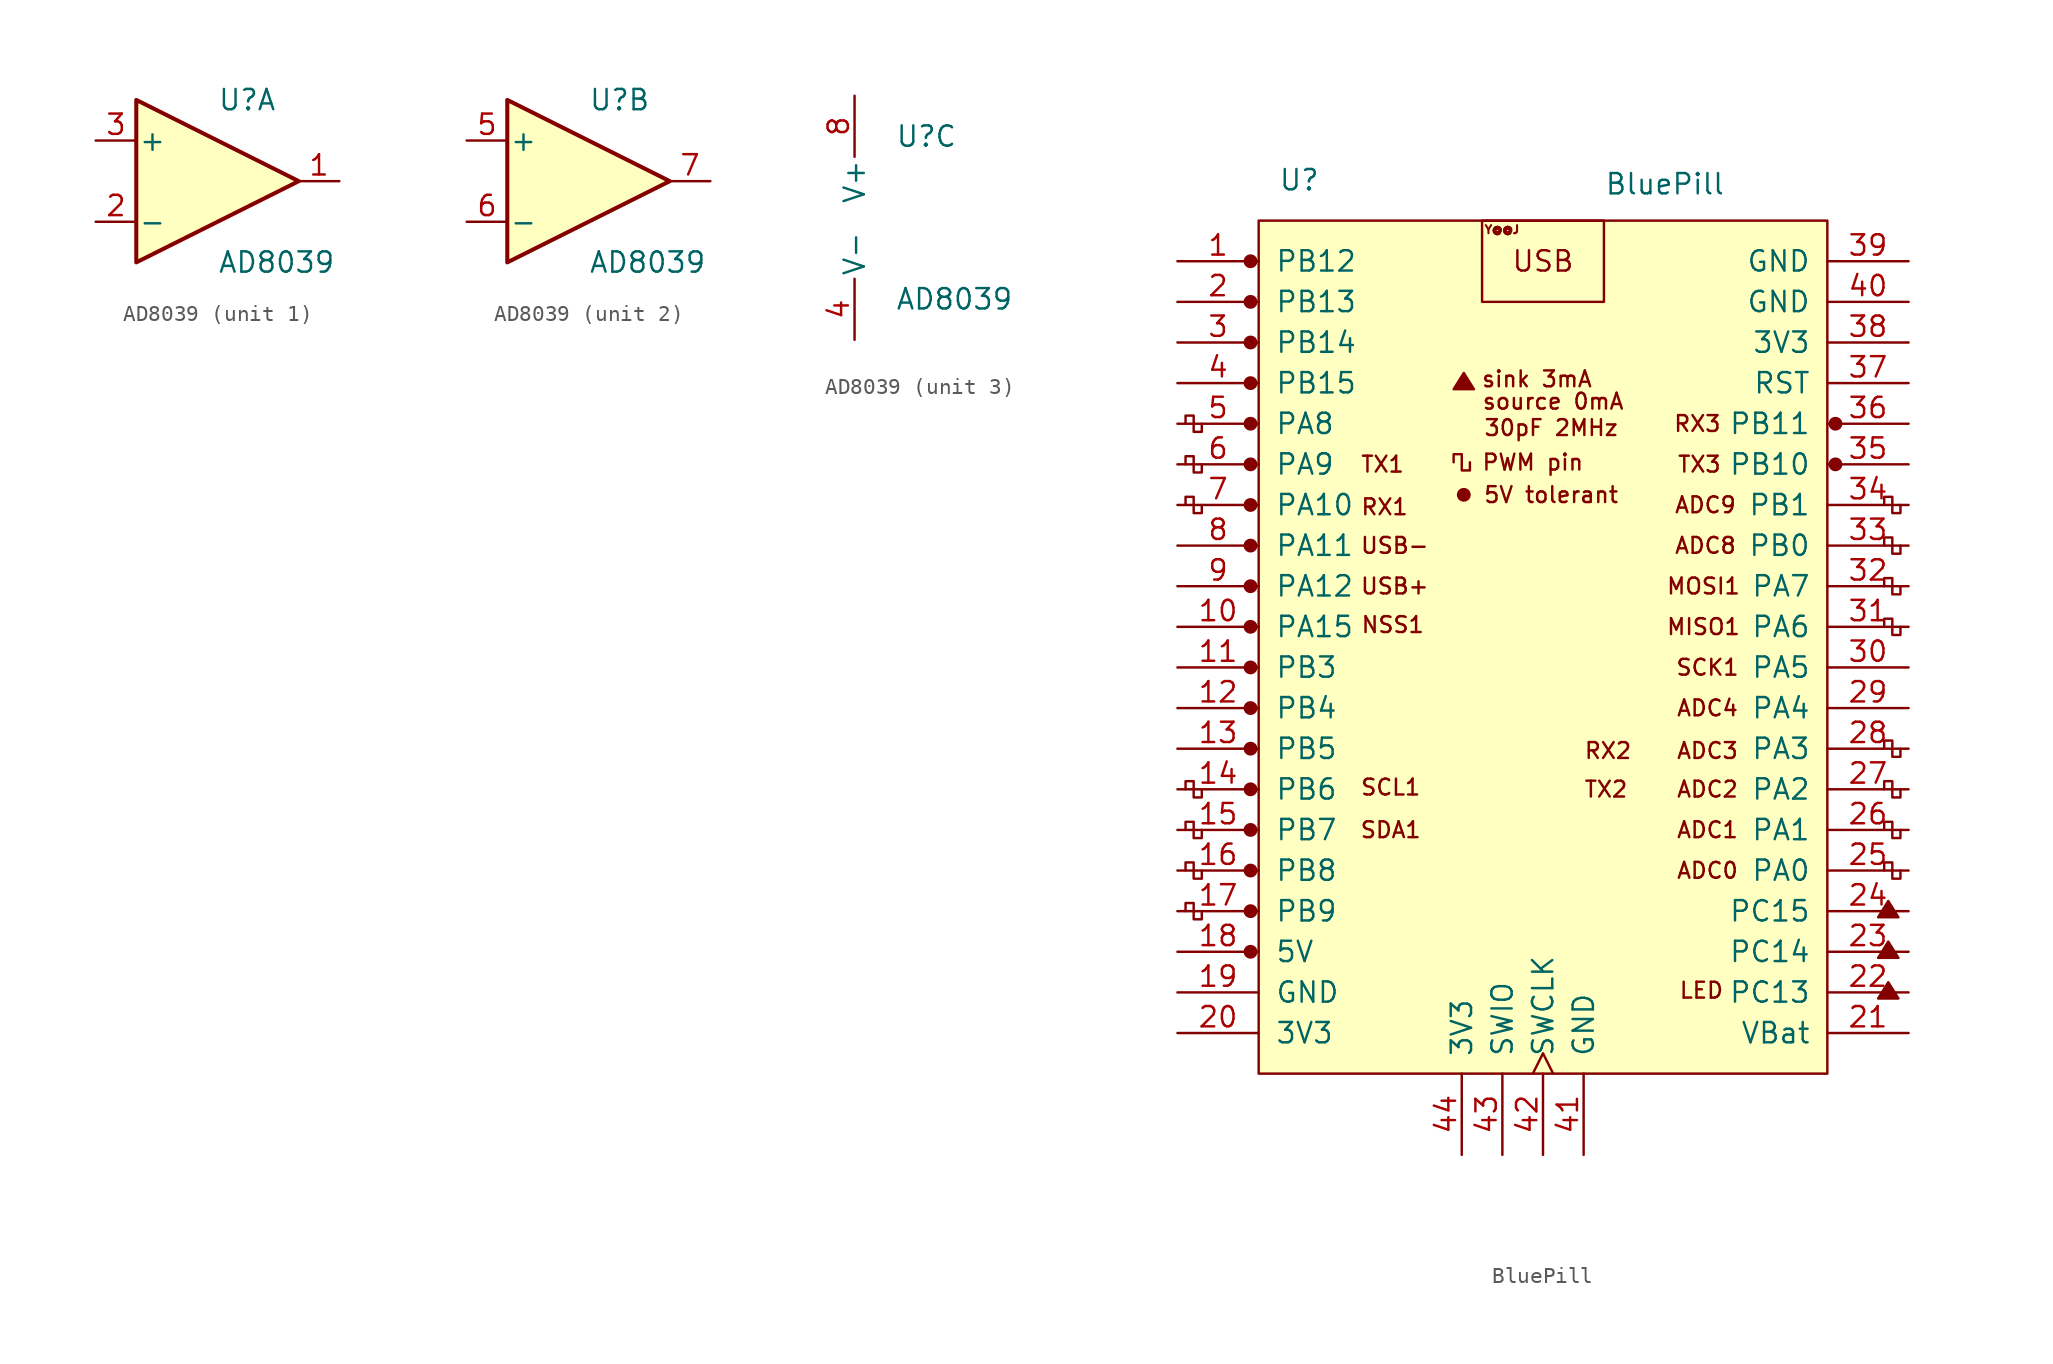
<source format=kicad_sym>
(kicad_symbol_lib
  (version 20231120)
  (generator "kicad_symbol_editor")
  (generator_version "8.0")
  (symbol "AD8039"
    (pin_names
      (offset 0.127))
    (property "Reference" "U"
      (at 0 5.08 0)
      (effects (font (size 1.27 1.27)) (justify left)))
    (property "Value" "AD8039"
      (at 0 -5.08 0)
      (effects (font (size 1.27 1.27)) (justify left)))
    (property "ki_locked" ""
      (at 0 0 0)
      (effects (font (size 1.27 1.27))))
    (symbol "AD8039_1_1"
      (polyline (pts (xy -5.08 5.08) (xy 5.08 0) (xy -5.08 -5.08) (xy -5.08 5.08)) (stroke (width 0.254) (type default)) (fill (type background)))
      (pin output line (at 7.62 0 180) (length 2.54) (name "~" (effects (font (size 1.27 1.27)))) (number "1" (effects (font (size 1.27 1.27)))))
      (pin input line (at -7.62 -2.54 0) (length 2.54) (name "-" (effects (font (size 1.27 1.27)))) (number "2" (effects (font (size 1.27 1.27)))))
      (pin input line (at -7.62 2.54 0) (length 2.54) (name "+" (effects (font (size 1.27 1.27)))) (number "3" (effects (font (size 1.27 1.27))))))
    (symbol "AD8039_2_1"
      (polyline (pts (xy -5.08 5.08) (xy 5.08 0) (xy -5.08 -5.08) (xy -5.08 5.08)) (stroke (width 0.254) (type default)) (fill (type background)))
      (pin input line (at -7.62 2.54 0) (length 2.54) (name "+" (effects (font (size 1.27 1.27)))) (number "5" (effects (font (size 1.27 1.27)))))
      (pin input line (at -7.62 -2.54 0) (length 2.54) (name "-" (effects (font (size 1.27 1.27)))) (number "6" (effects (font (size 1.27 1.27)))))
      (pin output line (at 7.62 0 180) (length 2.54) (name "~" (effects (font (size 1.27 1.27)))) (number "7" (effects (font (size 1.27 1.27))))))
    (symbol "AD8039_3_1"
      (pin power_in line (at -2.54 -7.62 90) (length 3.81) (name "V-" (effects (font (size 1.27 1.27)))) (number "4" (effects (font (size 1.27 1.27)))))
      (pin power_in line (at -2.54 7.62 270) (length 3.81) (name "V+" (effects (font (size 1.27 1.27)))) (number "8" (effects (font (size 1.27 1.27)))))))
  (symbol "BluePill"
    (pin_names
      (offset 1.016))
    (property "Reference" "U"
      (at -15.24 27.94 0)
      (effects (font (size 1.27 1.27))))
    (property "Value" "BluePill"
      (at 7.62 27.686 0)
      (effects (font (size 1.27 1.27))))
    (symbol "BluePill_0_0"
      (circle (center -18.288 -20.32) (radius 0.356) (stroke (width 0) (type solid)) (fill (type outline)))
      (circle (center -18.288 -17.78) (radius 0.356) (stroke (width 0) (type solid)) (fill (type outline)))
      (circle (center -18.288 -15.24) (radius 0.356) (stroke (width 0) (type solid)) (fill (type outline)))
      (circle (center -18.288 -12.7) (radius 0.356) (stroke (width 0) (type solid)) (fill (type outline)))
      (circle (center -18.288 -10.16) (radius 0.356) (stroke (width 0) (type solid)) (fill (type outline)))
      (circle (center -18.288 -7.62) (radius 0.356) (stroke (width 0) (type solid)) (fill (type outline)))
      (circle (center -18.288 -5.08) (radius 0.356) (stroke (width 0) (type solid)) (fill (type outline)))
      (circle (center -18.288 -2.54) (radius 0.356) (stroke (width 0) (type solid)) (fill (type outline)))
      (circle (center -18.288 0) (radius 0.356) (stroke (width 0) (type solid)) (fill (type outline)))
      (circle (center -18.288 2.54) (radius 0.356) (stroke (width 0) (type solid)) (fill (type outline)))
      (circle (center -18.288 5.08) (radius 0.356) (stroke (width 0) (type solid)) (fill (type outline)))
      (circle (center -18.288 7.62) (radius 0.356) (stroke (width 0) (type solid)) (fill (type outline)))
      (circle (center -18.288 10.16) (radius 0.356) (stroke (width 0) (type solid)) (fill (type outline)))
      (circle (center -18.288 12.7) (radius 0.356) (stroke (width 0) (type solid)) (fill (type outline)))
      (circle (center -18.288 15.24) (radius 0.356) (stroke (width 0) (type solid)) (fill (type outline)))
      (circle (center -18.288 17.78) (radius 0.356) (stroke (width 0) (type solid)) (fill (type outline)))
      (circle (center -18.288 22.86) (radius 0.356) (stroke (width 0) (type solid)) (fill (type outline)))
      (circle (center -4.953 8.255) (radius 0.127) (stroke (width 0) (type solid)) (fill (type outline)))
      (circle (center -4.953 8.255) (radius 0.254) (stroke (width 0) (type solid)) (fill (type none)))
      (circle (center -4.953 8.255) (radius 0.356) (stroke (width 0) (type solid)) (fill (type none)))
      (polyline (pts (xy -5.588 14.859) (xy -4.953 15.875) (xy -4.318 14.859) (xy -5.588 14.859) (xy -4.953 15.748) (xy -4.445 14.859) (xy -5.461 14.986) (xy -4.953 15.621) (xy -4.572 14.859) (xy -5.334 15.113) (xy -4.826 15.494) (xy -4.699 14.859) (xy -5.207 15.24) (xy -4.699 15.367) (xy -4.826 14.986) (xy -5.08 15.24) (xy -4.826 15.113) (xy -4.953 15.367)) (stroke (width 0) (type solid)) (fill (type none)))
      (polyline (pts (xy 20.955 -23.241) (xy 21.59 -22.225) (xy 22.225 -23.241) (xy 20.955 -23.241) (xy 21.59 -22.352) (xy 22.098 -23.241) (xy 21.082 -23.114) (xy 21.59 -22.479) (xy 21.971 -23.241) (xy 21.209 -22.987) (xy 21.717 -22.606) (xy 21.844 -23.241) (xy 21.336 -22.86) (xy 21.844 -22.733) (xy 21.717 -23.114) (xy 21.463 -22.86) (xy 21.717 -22.987) (xy 21.59 -22.733)) (stroke (width 0) (type solid)) (fill (type none)))
      (polyline (pts (xy 20.955 -20.701) (xy 21.59 -19.685) (xy 22.225 -20.701) (xy 20.955 -20.701) (xy 21.59 -19.812) (xy 22.098 -20.701) (xy 21.082 -20.574) (xy 21.59 -19.939) (xy 21.971 -20.701) (xy 21.209 -20.447) (xy 21.717 -20.066) (xy 21.844 -20.701) (xy 21.336 -20.32) (xy 21.844 -20.193) (xy 21.717 -20.574) (xy 21.463 -20.32) (xy 21.717 -20.447) (xy 21.59 -20.193)) (stroke (width 0) (type solid)) (fill (type none)))
      (polyline (pts (xy 20.955 -18.161) (xy 21.59 -17.145) (xy 22.225 -18.161) (xy 20.955 -18.161) (xy 21.59 -17.272) (xy 22.098 -18.161) (xy 21.082 -18.034) (xy 21.59 -17.399) (xy 21.971 -18.161) (xy 21.209 -17.907) (xy 21.717 -17.526) (xy 21.844 -18.161) (xy 21.336 -17.78) (xy 21.844 -17.653) (xy 21.717 -18.034) (xy 21.463 -17.78) (xy 21.717 -17.907) (xy 21.59 -17.653)) (stroke (width 0) (type solid)) (fill (type none)))
      (circle (center 18.288 10.16) (radius 0.254) (stroke (width 0) (type solid)) (fill (type outline)))
      (circle (center 18.288 10.16) (radius 0.356) (stroke (width 0) (type solid)) (fill (type none)))
      (circle (center 18.288 12.7) (radius 0.254) (stroke (width 0) (type solid)) (fill (type outline)))
      (circle (center 18.288 12.7) (radius 0.356) (stroke (width 0) (type solid)) (fill (type none)))
      (text "30pF 2MHz" (at 0.508 12.446 0) (effects (font (size 0.991 0.991))))
      (text "5V tolerant" (at 0.508 8.255 0) (effects (font (size 0.991 0.991))))
      (text "ADC0" (at 10.287 -15.24 0) (effects (font (size 0.991 0.991))))
      (text "ADC1" (at 10.287 -12.7 0) (effects (font (size 0.991 0.991))))
      (text "ADC2" (at 10.287 -10.16 0) (effects (font (size 0.991 0.991))))
      (text "ADC3" (at 10.287 -7.747 0) (effects (font (size 0.991 0.991))))
      (text "ADC4" (at 10.287 -5.08 0) (effects (font (size 0.991 0.991))))
      (text "ADC8" (at 10.16 5.08 0) (effects (font (size 0.991 0.991))))
      (text "ADC9" (at 10.16 7.62 0) (effects (font (size 0.991 0.991))))
      (text "LED" (at 9.906 -22.733 0) (effects (font (size 0.991 0.991))))
      (text "MISO1" (at 10.033 0 0) (effects (font (size 0.991 0.991))))
      (text "MOSI1" (at 10.033 2.54 0) (effects (font (size 0.991 0.991))))
      (text "NSS1" (at -9.398 0.127 0) (effects (font (size 0.991 0.991))))
      (text "PWM pin" (at -0.635 10.287 0) (effects (font (size 0.991 0.991))))
      (text "RX1" (at -9.906 7.493 0) (effects (font (size 0.991 0.991))))
      (text "RX2" (at 4.064 -7.747 0) (effects (font (size 0.991 0.991))))
      (text "RX3" (at 9.652 12.7 0) (effects (font (size 0.991 0.991))))
      (text "SCK1" (at 10.287 -2.54 0) (effects (font (size 0.991 0.991))))
      (text "SCL1" (at -9.525 -10.033 0) (effects (font (size 0.991 0.991))))
      (text "SDA1" (at -9.525 -12.7 0) (effects (font (size 0.991 0.991))))
      (text "sink 3mA" (at -0.381 15.494 0) (effects (font (size 0.991 0.991))))
      (text "source 0mA" (at 0.635 14.097 0) (effects (font (size 0.991 0.991))))
      (text "TX1" (at -10.033 10.16 0) (effects (font (size 0.991 0.991))))
      (text "TX2" (at 3.937 -10.16 0) (effects (font (size 0.991 0.991))))
      (text "TX3" (at 9.779 10.16 0) (effects (font (size 0.991 0.991))))
      (text "USB" (at 0 22.86 0) (effects (font (size 1.27 1.27))))
      (text "USB+" (at -9.271 2.54 0) (effects (font (size 0.991 0.991))))
      (text "USB-" (at -9.271 5.08 0) (effects (font (size 0.991 0.991))))
      (text "Y@@J" (at -2.565 24.841 0) (effects (font (size 0.508 0.508)))))
    (symbol "BluePill_0_1"
      (rectangle (start -17.78 25.4) (end 17.78 -27.94) (stroke (width 0) (type solid)) (fill (type background)))
      (polyline (pts (xy -21.336 -17.78) (xy -21.336 -18.288) (xy -21.844 -18.288) (xy -21.844 -17.272) (xy -22.352 -17.272) (xy -22.352 -17.78)) (stroke (width 0) (type solid)) (fill (type none)))
      (polyline (pts (xy -21.336 -15.24) (xy -21.336 -15.748) (xy -21.844 -15.748) (xy -21.844 -14.732) (xy -22.352 -14.732) (xy -22.352 -15.24)) (stroke (width 0) (type solid)) (fill (type none)))
      (polyline (pts (xy -21.336 -12.7) (xy -21.336 -13.208) (xy -21.844 -13.208) (xy -21.844 -12.192) (xy -22.352 -12.192) (xy -22.352 -12.7)) (stroke (width 0) (type solid)) (fill (type none)))
      (polyline (pts (xy -21.336 -10.16) (xy -21.336 -10.668) (xy -21.844 -10.668) (xy -21.844 -9.652) (xy -22.352 -9.652) (xy -22.352 -10.16)) (stroke (width 0) (type solid)) (fill (type none)))
      (polyline (pts (xy -21.336 7.62) (xy -21.336 7.112) (xy -21.844 7.112) (xy -21.844 8.128) (xy -22.352 8.128) (xy -22.352 7.62)) (stroke (width 0) (type solid)) (fill (type none)))
      (polyline (pts (xy -21.336 10.16) (xy -21.336 9.652) (xy -21.844 9.652) (xy -21.844 10.668) (xy -22.352 10.668) (xy -22.352 10.16)) (stroke (width 0) (type solid)) (fill (type none)))
      (polyline (pts (xy -21.336 12.7) (xy -21.336 12.192) (xy -21.844 12.192) (xy -21.844 13.208) (xy -22.352 13.208) (xy -22.352 12.7)) (stroke (width 0) (type solid)) (fill (type none)))
      (polyline (pts (xy -4.572 10.287) (xy -4.572 9.779) (xy -5.08 9.779) (xy -5.08 10.795) (xy -5.588 10.795) (xy -5.588 10.287)) (stroke (width 0) (type solid)) (fill (type none)))
      (polyline (pts (xy 22.352 -15.24) (xy 22.352 -15.748) (xy 21.844 -15.748) (xy 21.844 -14.732) (xy 21.336 -14.732) (xy 21.336 -15.24)) (stroke (width 0) (type solid)) (fill (type none)))
      (polyline (pts (xy 22.352 -12.7) (xy 22.352 -13.208) (xy 21.844 -13.208) (xy 21.844 -12.192) (xy 21.336 -12.192) (xy 21.336 -12.7)) (stroke (width 0) (type solid)) (fill (type none)))
      (polyline (pts (xy 22.352 -10.16) (xy 22.352 -10.668) (xy 21.844 -10.668) (xy 21.844 -9.652) (xy 21.336 -9.652) (xy 21.336 -10.16)) (stroke (width 0) (type solid)) (fill (type none)))
      (polyline (pts (xy 22.352 -7.62) (xy 22.352 -8.128) (xy 21.844 -8.128) (xy 21.844 -7.112) (xy 21.336 -7.112) (xy 21.336 -7.62)) (stroke (width 0) (type solid)) (fill (type none)))
      (polyline (pts (xy 22.352 0) (xy 22.352 -0.508) (xy 21.844 -0.508) (xy 21.844 0.508) (xy 21.336 0.508) (xy 21.336 0)) (stroke (width 0) (type solid)) (fill (type none)))
      (polyline (pts (xy 22.352 2.54) (xy 22.352 2.032) (xy 21.844 2.032) (xy 21.844 3.048) (xy 21.336 3.048) (xy 21.336 2.54)) (stroke (width 0) (type solid)) (fill (type none)))
      (polyline (pts (xy 22.352 5.08) (xy 22.352 4.572) (xy 21.844 4.572) (xy 21.844 5.588) (xy 21.336 5.588) (xy 21.336 5.08)) (stroke (width 0) (type solid)) (fill (type none)))
      (polyline (pts (xy 22.352 7.62) (xy 22.352 7.112) (xy 21.844 7.112) (xy 21.844 8.128) (xy 21.336 8.128) (xy 21.336 7.62)) (stroke (width 0) (type solid)) (fill (type none)))
      (rectangle (start 3.81 25.4) (end -3.81 20.32) (stroke (width 0) (type solid)) (fill (type none))))
    (symbol "BluePill_1_1"
      (circle (center -18.288 20.32) (radius 0.356) (stroke (width 0) (type solid)) (fill (type outline)))
      (pin bidirectional line (at -22.86 22.86 0) (length 5.08) (name "PB12" (effects (font (size 1.27 1.27)))) (number "1" (effects (font (size 1.27 1.27)))))
      (pin bidirectional line (at -22.86 0 0) (length 5.08) (name "PA15" (effects (font (size 1.27 1.27)))) (number "10" (effects (font (size 1.27 1.27)))))
      (pin bidirectional line (at -22.86 -2.54 0) (length 5.08) (name "PB3" (effects (font (size 1.27 1.27)))) (number "11" (effects (font (size 1.27 1.27)))))
      (pin bidirectional line (at -22.86 -5.08 0) (length 5.08) (name "PB4" (effects (font (size 1.27 1.27)))) (number "12" (effects (font (size 1.27 1.27)))))
      (pin bidirectional line (at -22.86 -7.62 0) (length 5.08) (name "PB5" (effects (font (size 1.27 1.27)))) (number "13" (effects (font (size 1.27 1.27)))))
      (pin bidirectional line (at -22.86 -10.16 0) (length 5.08) (name "PB6" (effects (font (size 1.27 1.27)))) (number "14" (effects (font (size 1.27 1.27)))))
      (pin bidirectional line (at -22.86 -12.7 0) (length 5.08) (name "PB7" (effects (font (size 1.27 1.27)))) (number "15" (effects (font (size 1.27 1.27)))))
      (pin bidirectional line (at -22.86 -15.24 0) (length 5.08) (name "PB8" (effects (font (size 1.27 1.27)))) (number "16" (effects (font (size 1.27 1.27)))))
      (pin bidirectional line (at -22.86 -17.78 0) (length 5.08) (name "PB9" (effects (font (size 1.27 1.27)))) (number "17" (effects (font (size 1.27 1.27)))))
      (pin power_in line (at -22.86 -20.32 0) (length 5.08) (name "5V" (effects (font (size 1.27 1.27)))) (number "18" (effects (font (size 1.27 1.27)))))
      (pin power_in line (at -22.86 -22.86 0) (length 5.08) (name "GND" (effects (font (size 1.27 1.27)))) (number "19" (effects (font (size 1.27 1.27)))))
      (pin bidirectional line (at -22.86 20.32 0) (length 5.08) (name "PB13" (effects (font (size 1.27 1.27)))) (number "2" (effects (font (size 1.27 1.27)))))
      (pin power_in line (at -22.86 -25.4 0) (length 5.08) (name "3V3" (effects (font (size 1.27 1.27)))) (number "20" (effects (font (size 1.27 1.27)))))
      (pin power_in line (at 22.86 -25.4 180) (length 5.08) (name "VBat" (effects (font (size 1.27 1.27)))) (number "21" (effects (font (size 1.27 1.27)))))
      (pin bidirectional line (at 22.86 -22.86 180) (length 5.08) (name "PC13" (effects (font (size 1.27 1.27)))) (number "22" (effects (font (size 1.27 1.27)))))
      (pin bidirectional line (at 22.86 -20.32 180) (length 5.08) (name "PC14" (effects (font (size 1.27 1.27)))) (number "23" (effects (font (size 1.27 1.27)))))
      (pin bidirectional line (at 22.86 -17.78 180) (length 5.08) (name "PC15" (effects (font (size 1.27 1.27)))) (number "24" (effects (font (size 1.27 1.27)))))
      (pin bidirectional line (at 22.86 -15.24 180) (length 5.08) (name "PA0" (effects (font (size 1.27 1.27)))) (number "25" (effects (font (size 1.27 1.27)))))
      (pin bidirectional line (at 22.86 -12.7 180) (length 5.08) (name "PA1" (effects (font (size 1.27 1.27)))) (number "26" (effects (font (size 1.27 1.27)))))
      (pin bidirectional line (at 22.86 -10.16 180) (length 5.08) (name "PA2" (effects (font (size 1.27 1.27)))) (number "27" (effects (font (size 1.27 1.27)))))
      (pin bidirectional line (at 22.86 -7.62 180) (length 5.08) (name "PA3" (effects (font (size 1.27 1.27)))) (number "28" (effects (font (size 1.27 1.27)))))
      (pin bidirectional line (at 22.86 -5.08 180) (length 5.08) (name "PA4" (effects (font (size 1.27 1.27)))) (number "29" (effects (font (size 1.27 1.27)))))
      (pin bidirectional line (at -22.86 17.78 0) (length 5.08) (name "PB14" (effects (font (size 1.27 1.27)))) (number "3" (effects (font (size 1.27 1.27)))))
      (pin bidirectional line (at 22.86 -2.54 180) (length 5.08) (name "PA5" (effects (font (size 1.27 1.27)))) (number "30" (effects (font (size 1.27 1.27)))))
      (pin bidirectional line (at 22.86 0 180) (length 5.08) (name "PA6" (effects (font (size 1.27 1.27)))) (number "31" (effects (font (size 1.27 1.27)))))
      (pin bidirectional line (at 22.86 2.54 180) (length 5.08) (name "PA7" (effects (font (size 1.27 1.27)))) (number "32" (effects (font (size 1.27 1.27)))))
      (pin bidirectional line (at 22.86 5.08 180) (length 5.08) (name "PB0" (effects (font (size 1.27 1.27)))) (number "33" (effects (font (size 1.27 1.27)))))
      (pin bidirectional line (at 22.86 7.62 180) (length 5.08) (name "PB1" (effects (font (size 1.27 1.27)))) (number "34" (effects (font (size 1.27 1.27)))))
      (pin bidirectional line (at 22.86 10.16 180) (length 5.08) (name "PB10" (effects (font (size 1.27 1.27)))) (number "35" (effects (font (size 1.27 1.27)))))
      (pin bidirectional line (at 22.86 12.7 180) (length 5.08) (name "PB11" (effects (font (size 1.27 1.27)))) (number "36" (effects (font (size 1.27 1.27)))))
      (pin input line (at 22.86 15.24 180) (length 5.08) (name "RST" (effects (font (size 1.27 1.27)))) (number "37" (effects (font (size 1.27 1.27)))))
      (pin power_in line (at 22.86 17.78 180) (length 5.08) (name "3V3" (effects (font (size 1.27 1.27)))) (number "38" (effects (font (size 1.27 1.27)))))
      (pin power_in line (at 22.86 22.86 180) (length 5.08) (name "GND" (effects (font (size 1.27 1.27)))) (number "39" (effects (font (size 1.27 1.27)))))
      (pin bidirectional line (at -22.86 15.24 0) (length 5.08) (name "PB15" (effects (font (size 1.27 1.27)))) (number "4" (effects (font (size 1.27 1.27)))))
      (pin power_in line (at 22.86 20.32 180) (length 5.08) (name "GND" (effects (font (size 1.27 1.27)))) (number "40" (effects (font (size 1.27 1.27)))))
      (pin power_in line (at 2.54 -33.02 90) (length 5.08) (name "GND" (effects (font (size 1.27 1.27)))) (number "41" (effects (font (size 1.27 1.27)))))
      (pin bidirectional clock (at 0 -33.02 90) (length 5.08) (name "SWCLK" (effects (font (size 1.27 1.27)))) (number "42" (effects (font (size 1.27 1.27)))))
      (pin bidirectional line (at -2.54 -33.02 90) (length 5.08) (name "SWIO" (effects (font (size 1.27 1.27)))) (number "43" (effects (font (size 1.27 1.27)))))
      (pin power_in line (at -5.08 -33.02 90) (length 5.08) (name "3V3" (effects (font (size 1.27 1.27)))) (number "44" (effects (font (size 1.27 1.27)))))
      (pin bidirectional line (at -22.86 12.7 0) (length 5.08) (name "PA8" (effects (font (size 1.27 1.27)))) (number "5" (effects (font (size 1.27 1.27)))))
      (pin bidirectional line (at -22.86 10.16 0) (length 5.08) (name "PA9" (effects (font (size 1.27 1.27)))) (number "6" (effects (font (size 1.27 1.27)))))
      (pin bidirectional line (at -22.86 7.62 0) (length 5.08) (name "PA10" (effects (font (size 1.27 1.27)))) (number "7" (effects (font (size 1.27 1.27)))))
      (pin bidirectional line (at -22.86 5.08 0) (length 5.08) (name "PA11" (effects (font (size 1.27 1.27)))) (number "8" (effects (font (size 1.27 1.27)))))
      (pin bidirectional line (at -22.86 2.54 0) (length 5.08) (name "PA12" (effects (font (size 1.27 1.27)))) (number "9" (effects (font (size 1.27 1.27))))))))
</source>
